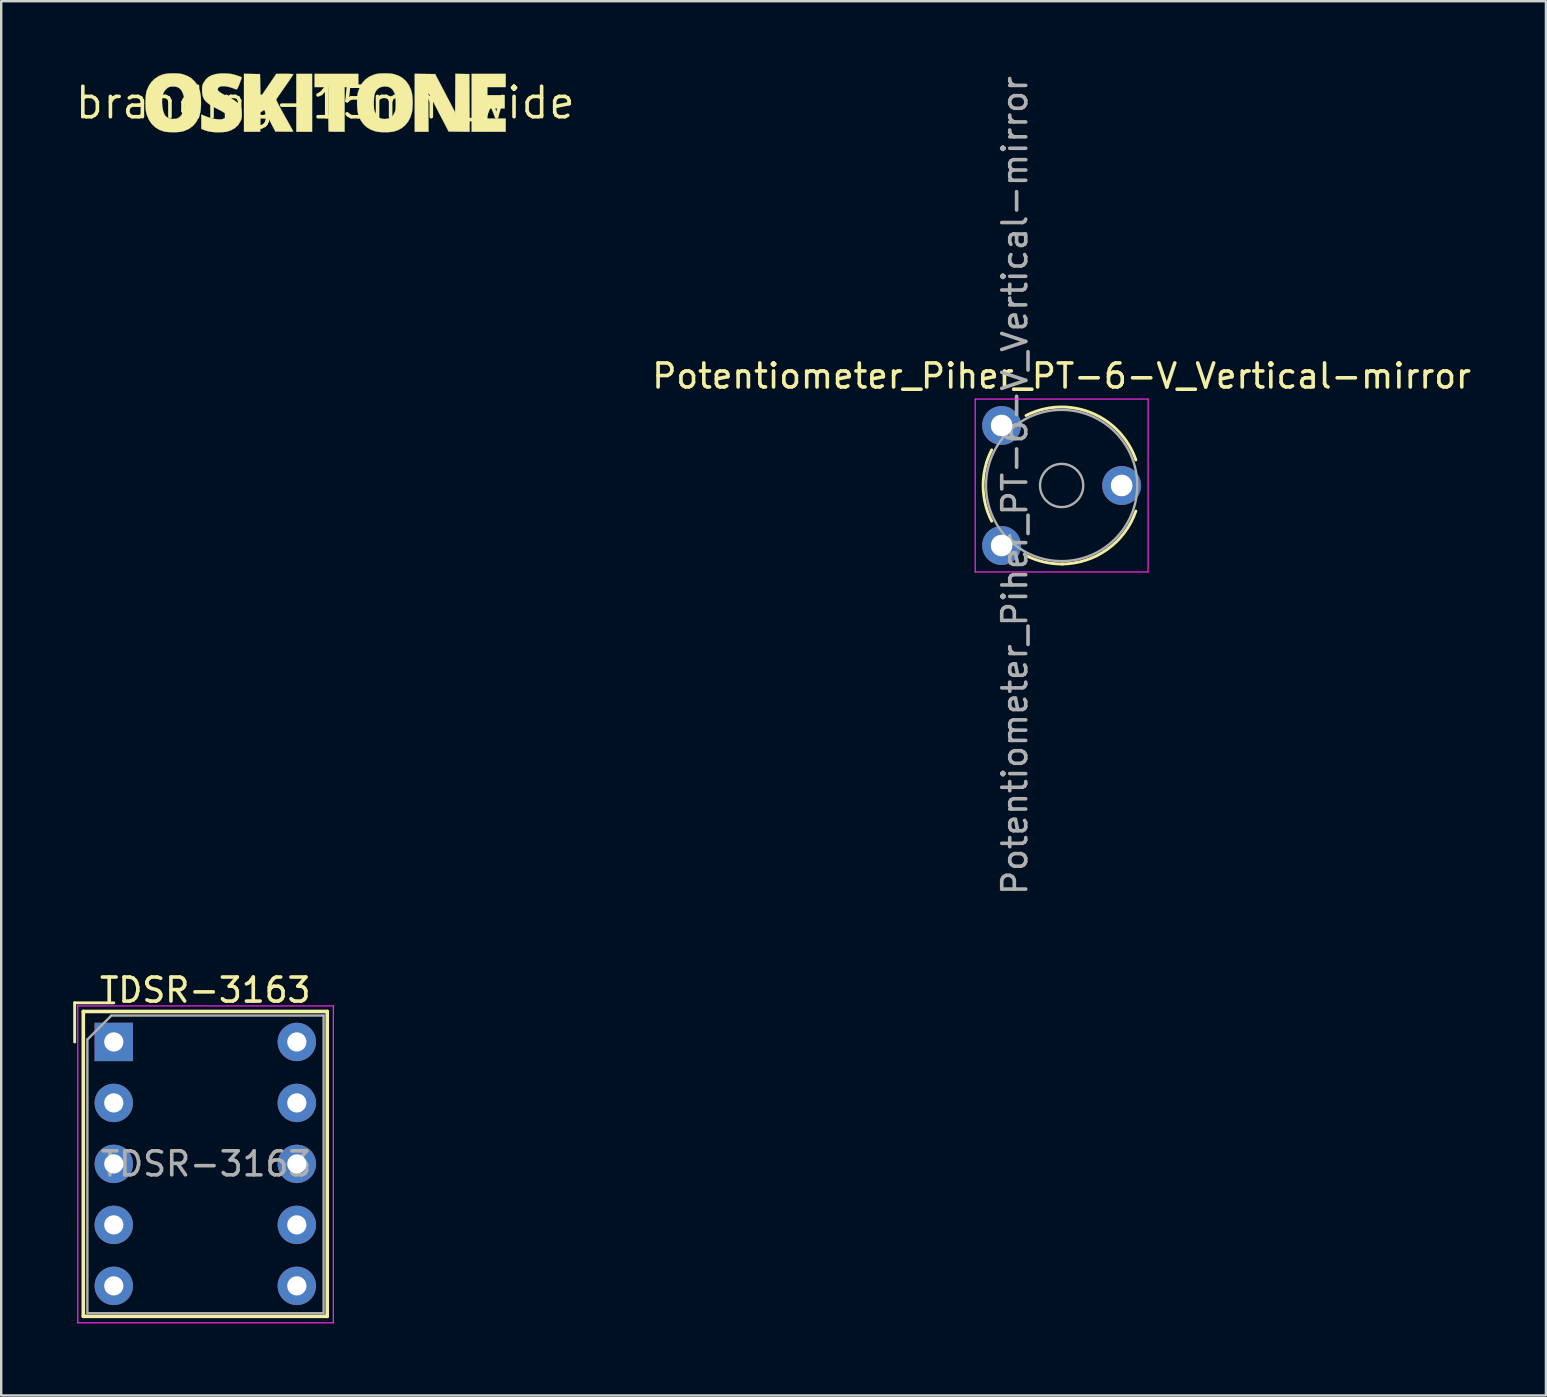
<source format=kicad_pcb>
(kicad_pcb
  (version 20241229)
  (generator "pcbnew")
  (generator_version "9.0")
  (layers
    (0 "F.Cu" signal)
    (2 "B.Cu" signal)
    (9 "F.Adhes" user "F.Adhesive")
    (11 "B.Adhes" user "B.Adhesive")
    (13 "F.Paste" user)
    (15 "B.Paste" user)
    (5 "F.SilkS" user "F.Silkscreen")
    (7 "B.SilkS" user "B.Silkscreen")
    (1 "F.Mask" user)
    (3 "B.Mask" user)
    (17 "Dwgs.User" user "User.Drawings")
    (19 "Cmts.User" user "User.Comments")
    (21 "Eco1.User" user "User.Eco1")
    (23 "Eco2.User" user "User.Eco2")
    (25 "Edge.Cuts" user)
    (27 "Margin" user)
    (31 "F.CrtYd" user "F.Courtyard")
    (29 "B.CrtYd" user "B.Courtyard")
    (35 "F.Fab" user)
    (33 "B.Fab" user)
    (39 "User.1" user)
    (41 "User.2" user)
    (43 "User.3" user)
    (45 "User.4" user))
  (footprint "branding-15mm_wide"
    (layer "F.Cu")
    (at 10.5 1.232)
    (property "Reference" "branding-15mm_wide" (at 0 0 0) (layer "F.SilkS") (effects (font (size 1.27 1.27) (thickness 0.15))))
    (attr through_hole)
    (fp_poly (pts (xy -0.55 1.206) (xy -1.206 1.206) (xy -1.206 -1.206) (xy -0.55 -1.206) (xy -0.55 1.206)) (stroke (width 0.01) (type solid)) (fill yes) (layer "F.SilkS"))
    (fp_poly (pts (xy 7.514 -0.656) (xy 6.752 -0.656) (xy 6.752 -0.318) (xy 7.472 -0.318) (xy 7.472 0.233) (xy 6.752 0.233) (xy 6.752 0.656) (xy 7.514 0.656) (xy 7.514 1.206) (xy 6.096 1.206) (xy 6.096 -1.206) (xy 7.514 -1.206) (xy 7.514 -0.656)) (stroke (width 0.01) (type solid)) (fill yes) (layer "F.SilkS"))
    (fp_poly (pts (xy 1.376 -0.656) (xy 0.804 -0.656) (xy 0.804 1.206) (xy 0.48 1.206) (xy 0.367 1.206) (xy 0.269 1.203) (xy 0.194 1.2) (xy 0.15 1.195) (xy 0.141 1.192) (xy 0.138 1.169) (xy 0.135 1.107) (xy 0.133 1.013) (xy 0.131 0.888) (xy 0.129 0.74) (xy 0.128 0.57) (xy 0.127 0.385) (xy 0.127 0.261) (xy 0.127 -0.656) (xy -0.445 -0.656) (xy -0.445 -1.206) (xy 1.376 -1.206) (xy 1.376 -0.656)) (stroke (width 0.01) (type solid)) (fill yes) (layer "F.SilkS"))
    (fp_poly (pts (xy 5.71 -1.202) (xy 6.001 -1.196) (xy 6.006 0.006) (xy 6.012 1.207) (xy 5.574 1.202) (xy 5.137 1.196) (xy 4.742 0.434) (xy 5.419 0.434) (xy 5.429 0.445) (xy 5.44 0.434) (xy 5.429 0.423) (xy 5.419 0.434) (xy 4.742 0.434) (xy 4.655 0.266) (xy 4.573 0.108) (xy 4.499 -0.035) (xy 4.434 -0.16) (xy 4.381 -0.262) (xy 4.343 -0.336) (xy 4.32 -0.379) (xy 4.317 -0.385) (xy 4.309 -0.396) (xy 4.303 -0.394) (xy 4.298 -0.376) (xy 4.294 -0.338) (xy 4.292 -0.277) (xy 4.291 -0.19) (xy 4.29 -0.072) (xy 4.291 0.079) (xy 4.292 0.267) (xy 4.293 0.382) (xy 4.3 1.206) (xy 3.725 1.206) (xy 3.725 -1.207) (xy 4.577 -1.196) (xy 4.993 -0.4) (xy 5.408 0.396) (xy 5.414 -0.406) (xy 5.419 -1.208) (xy 5.71 -1.202)) (stroke (width 0.01) (type solid)) (fill yes) (layer "F.SilkS"))
    (fp_poly (pts (xy -3.053 -1.202) (xy -2.72 -1.196) (xy -2.709 -0.715) (xy -2.699 -0.234) (xy -2.371 -0.719) (xy -2.043 -1.204) (xy -1.688 -1.205) (xy -1.538 -1.205) (xy -1.429 -1.201) (xy -1.36 -1.195) (xy -1.334 -1.186) (xy -1.333 -1.184) (xy -1.345 -1.162) (xy -1.378 -1.11) (xy -1.43 -1.032) (xy -1.497 -0.933) (xy -1.576 -0.819) (xy -1.665 -0.692) (xy -1.684 -0.665) (xy -1.774 -0.536) (xy -1.857 -0.418) (xy -1.928 -0.314) (xy -1.986 -0.23) (xy -2.025 -0.17) (xy -2.045 -0.139) (xy -2.046 -0.137) (xy -2.038 -0.111) (xy -2.012 -0.053) (xy -1.969 0.035) (xy -1.91 0.148) (xy -1.838 0.282) (xy -1.755 0.434) (xy -1.696 0.54) (xy -1.611 0.691) (xy -1.534 0.83) (xy -1.466 0.953) (xy -1.409 1.055) (xy -1.367 1.133) (xy -1.341 1.181) (xy -1.333 1.197) (xy -1.354 1.2) (xy -1.409 1.202) (xy -1.494 1.203) (xy -1.6 1.203) (xy -1.707 1.202) (xy -2.081 1.196) (xy -2.543 0.298) (xy -2.621 0.347) (xy -2.699 0.396) (xy -2.704 0.801) (xy -2.71 1.206) (xy -3.387 1.206) (xy -3.387 -1.208) (xy -3.053 -1.202)) (stroke (width 0.01) (type solid)) (fill yes) (layer "F.SilkS"))
    (fp_poly (pts (xy -6.176 -1.223) (xy -6.049 -1.212) (xy -5.958 -1.195) (xy -5.756 -1.124) (xy -5.584 -1.023) (xy -5.442 -0.893) (xy -5.329 -0.732) (xy -5.245 -0.54) (xy -5.214 -0.432) (xy -5.194 -0.318) (xy -5.182 -0.178) (xy -5.177 -0.024) (xy -5.18 0.132) (xy -5.19 0.275) (xy -5.207 0.394) (xy -5.214 0.423) (xy -5.287 0.635) (xy -5.386 0.815) (xy -5.513 0.962) (xy -5.668 1.078) (xy -5.851 1.163) (xy -5.958 1.195) (xy -6.053 1.212) (xy -6.176 1.222) (xy -6.315 1.226) (xy -6.457 1.223) (xy -6.588 1.214) (xy -6.694 1.199) (xy -6.715 1.195) (xy -6.907 1.128) (xy -7.076 1.026) (xy -7.219 0.893) (xy -7.335 0.729) (xy -7.421 0.536) (xy -7.462 0.39) (xy -7.478 0.289) (xy -7.487 0.162) (xy -7.49 0.019) (xy -7.49 0.009) (xy -6.801 0.009) (xy -6.788 0.163) (xy -6.762 0.309) (xy -6.722 0.436) (xy -6.669 0.535) (xy -6.651 0.558) (xy -6.572 0.618) (xy -6.467 0.658) (xy -6.347 0.675) (xy -6.226 0.667) (xy -6.182 0.657) (xy -6.081 0.606) (xy -5.997 0.52) (xy -5.932 0.401) (xy -5.888 0.254) (xy -5.886 0.244) (xy -5.865 0.067) (xy -5.867 -0.103) (xy -5.891 -0.262) (xy -5.934 -0.403) (xy -5.994 -0.519) (xy -6.072 -0.605) (xy -6.121 -0.637) (xy -6.224 -0.671) (xy -6.344 -0.682) (xy -6.464 -0.669) (xy -6.504 -0.658) (xy -6.584 -0.613) (xy -6.661 -0.539) (xy -6.724 -0.447) (xy -6.742 -0.409) (xy -6.778 -0.287) (xy -6.798 -0.144) (xy -6.801 0.009) (xy -7.49 0.009) (xy -7.487 -0.127) (xy -7.479 -0.267) (xy -7.465 -0.389) (xy -7.446 -0.481) (xy -7.443 -0.493) (xy -7.358 -0.693) (xy -7.244 -0.865) (xy -7.102 -1.005) (xy -6.935 -1.113) (xy -6.744 -1.186) (xy -6.705 -1.196) (xy -6.597 -1.213) (xy -6.464 -1.224) (xy -6.319 -1.227) (xy -6.176 -1.223)) (stroke (width 0.01) (type solid)) (fill yes) (layer "F.SilkS"))
    (fp_poly (pts (xy 2.619 -1.223) (xy 2.749 -1.213) (xy 2.852 -1.196) (xy 3.05 -1.129) (xy 3.222 -1.03) (xy 3.365 -0.9) (xy 3.48 -0.739) (xy 3.566 -0.548) (xy 3.609 -0.391) (xy 3.626 -0.271) (xy 3.636 -0.124) (xy 3.639 0.034) (xy 3.633 0.189) (xy 3.62 0.326) (xy 3.609 0.39) (xy 3.546 0.598) (xy 3.451 0.78) (xy 3.327 0.935) (xy 3.176 1.059) (xy 3 1.15) (xy 2.856 1.195) (xy 2.744 1.213) (xy 2.609 1.224) (xy 2.462 1.226) (xy 2.316 1.221) (xy 2.186 1.208) (xy 2.085 1.188) (xy 1.886 1.113) (xy 1.718 1.01) (xy 1.579 0.877) (xy 1.469 0.714) (xy 1.386 0.519) (xy 1.363 0.443) (xy 1.343 0.338) (xy 1.33 0.205) (xy 1.323 0.055) (xy 1.324 0) (xy 2.023 0) (xy 2.023 0.12) (xy 2.026 0.207) (xy 2.032 0.271) (xy 2.043 0.321) (xy 2.06 0.368) (xy 2.07 0.392) (xy 2.142 0.514) (xy 2.228 0.605) (xy 2.297 0.647) (xy 2.383 0.67) (xy 2.489 0.675) (xy 2.596 0.663) (xy 2.678 0.638) (xy 2.75 0.597) (xy 2.805 0.548) (xy 2.851 0.476) (xy 2.883 0.412) (xy 2.903 0.366) (xy 2.916 0.32) (xy 2.925 0.266) (xy 2.929 0.194) (xy 2.931 0.095) (xy 2.932 0) (xy 2.931 -0.124) (xy 2.928 -0.215) (xy 2.923 -0.281) (xy 2.913 -0.332) (xy 2.898 -0.377) (xy 2.883 -0.413) (xy 2.814 -0.532) (xy 2.733 -0.614) (xy 2.632 -0.662) (xy 2.506 -0.681) (xy 2.465 -0.682) (xy 2.344 -0.664) (xy 2.236 -0.618) (xy 2.153 -0.548) (xy 2.139 -0.531) (xy 2.094 -0.46) (xy 2.062 -0.386) (xy 2.041 -0.3) (xy 2.029 -0.194) (xy 2.024 -0.059) (xy 2.023 0) (xy 1.324 0) (xy 1.324 -0.1) (xy 1.332 -0.246) (xy 1.347 -0.371) (xy 1.362 -0.443) (xy 1.438 -0.651) (xy 1.54 -0.827) (xy 1.671 -0.971) (xy 1.829 -1.085) (xy 2.017 -1.168) (xy 2.109 -1.196) (xy 2.207 -1.213) (xy 2.334 -1.223) (xy 2.476 -1.227) (xy 2.619 -1.223)) (stroke (width 0.01) (type solid)) (fill yes) (layer "F.SilkS"))
    (fp_poly (pts (xy -4.031 -1.215) (xy -3.927 -1.203) (xy -3.833 -1.184) (xy -3.731 -1.155) (xy -3.7 -1.145) (xy -3.613 -1.115) (xy -3.542 -1.089) (xy -3.496 -1.069) (xy -3.483 -1.061) (xy -3.487 -1.036) (xy -3.504 -0.979) (xy -3.532 -0.9) (xy -3.568 -0.806) (xy -3.572 -0.796) (xy -3.616 -0.687) (xy -3.65 -0.615) (xy -3.676 -0.573) (xy -3.695 -0.558) (xy -3.703 -0.558) (xy -3.738 -0.57) (xy -3.8 -0.592) (xy -3.878 -0.619) (xy -3.891 -0.624) (xy -4.037 -0.668) (xy -4.17 -0.69) (xy -4.287 -0.693) (xy -4.381 -0.675) (xy -4.447 -0.638) (xy -4.477 -0.59) (xy -4.481 -0.55) (xy -4.465 -0.51) (xy -4.424 -0.467) (xy -4.356 -0.417) (xy -4.256 -0.358) (xy -4.121 -0.287) (xy -4.097 -0.275) (xy -3.937 -0.191) (xy -3.811 -0.117) (xy -3.714 -0.049) (xy -3.639 0.017) (xy -3.582 0.086) (xy -3.54 0.156) (xy -3.512 0.214) (xy -3.495 0.268) (xy -3.486 0.331) (xy -3.483 0.418) (xy -3.483 0.466) (xy -3.484 0.566) (xy -3.49 0.639) (xy -3.503 0.697) (xy -3.526 0.755) (xy -3.541 0.786) (xy -3.635 0.93) (xy -3.761 1.049) (xy -3.918 1.14) (xy -4.078 1.196) (xy -4.185 1.215) (xy -4.319 1.225) (xy -4.469 1.227) (xy -4.62 1.222) (xy -4.76 1.208) (xy -4.876 1.187) (xy -4.883 1.186) (xy -4.968 1.161) (xy -5.046 1.134) (xy -5.1 1.112) (xy -5.1 1.112) (xy -5.165 1.078) (xy -5.165 0.486) (xy -5.085 0.521) (xy -4.906 0.591) (xy -4.732 0.644) (xy -4.569 0.678) (xy -4.426 0.693) (xy -4.31 0.686) (xy -4.281 0.679) (xy -4.208 0.648) (xy -4.163 0.599) (xy -4.159 0.591) (xy -4.14 0.545) (xy -4.137 0.504) (xy -4.155 0.465) (xy -4.197 0.424) (xy -4.266 0.377) (xy -4.367 0.32) (xy -4.496 0.254) (xy -4.679 0.157) (xy -4.825 0.067) (xy -4.938 -0.021) (xy -5.021 -0.11) (xy -5.078 -0.206) (xy -5.113 -0.312) (xy -5.13 -0.434) (xy -5.133 -0.519) (xy -5.131 -0.618) (xy -5.124 -0.69) (xy -5.109 -0.75) (xy -5.082 -0.813) (xy -5.074 -0.829) (xy -4.988 -0.962) (xy -4.876 -1.068) (xy -4.735 -1.145) (xy -4.563 -1.196) (xy -4.361 -1.221) (xy -4.159 -1.222) (xy -4.031 -1.215)) (stroke (width 0.01) (type solid)) (fill yes) (layer "F.SilkS")))
  (footprint "TDSR-3163"
    (layer "F.Cu")
    (at 1.69 40.352)
    (property "Reference" "TDSR-3163" (at 3.81 -2.159 0) (layer "F.SilkS") (effects (font (size 1 1) (thickness 0.15))))
    (attr through_hole)
    (fp_line (start -1.63 -1.63) (end 0 -1.63) (stroke (width 0.12) (type solid)) (layer "F.SilkS"))
    (fp_line (start -1.63 0) (end -1.63 -1.63) (stroke (width 0.12) (type solid)) (layer "F.SilkS"))
    (fp_line (start -1.27 -1.27) (end -1.27 11.43) (stroke (width 0.15) (type solid)) (layer "F.SilkS"))
    (fp_line (start -1.27 11.43) (end 8.89 11.43) (stroke (width 0.15) (type solid)) (layer "F.SilkS"))
    (fp_line (start 8.89 -1.27) (end -1.27 -1.27) (stroke (width 0.15) (type solid)) (layer "F.SilkS"))
    (fp_line (start 8.89 11.43) (end 8.89 -1.27) (stroke (width 0.15) (type solid)) (layer "F.SilkS"))
    (fp_line (start -1.5 -1.5) (end 9.144 -1.5) (stroke (width 0.05) (type solid)) (layer "F.CrtYd"))
    (fp_line (start -1.5 11.7) (end -1.5 -1.5) (stroke (width 0.05) (type solid)) (layer "F.CrtYd"))
    (fp_line (start 9.144 -1.5) (end 9.144 11.7) (stroke (width 0.05) (type solid)) (layer "F.CrtYd"))
    (fp_line (start 9.144 11.7) (end -1.5 11.7) (stroke (width 0.05) (type solid)) (layer "F.CrtYd"))
    (fp_line (start -1.1 -0.1) (end -0.1 -1.1) (stroke (width 0.1) (type solid)) (layer "F.Fab"))
    (fp_line (start -1.1 11.3) (end -1.1 -0.1) (stroke (width 0.1) (type solid)) (layer "F.Fab"))
    (fp_line (start -0.1 -1.1) (end 8.74 -1.1) (stroke (width 0.1) (type solid)) (layer "F.Fab"))
    (fp_line (start 8.74 -1.1) (end 8.74 11.3) (stroke (width 0.1) (type solid)) (layer "F.Fab"))
    (fp_line (start 8.74 11.3) (end -1.1 11.3) (stroke (width 0.1) (type solid)) (layer "F.Fab"))
    (fp_text user "${REFERENCE}" (at 3.843 5.08 0) (layer "F.Fab") (effects (font (size 1 1) (thickness 0.15))))
    (pad "1" thru_hole rect (at 0 0) (size 1.6 1.6) (drill 0.8) (layers "*.Cu" "*.Mask"))
    (pad "2" thru_hole circle (at 0 2.54) (size 1.6 1.6) (drill 0.8) (layers "*.Cu" "*.Mask"))
    (pad "3" thru_hole circle (at 0 5.08) (size 1.6 1.6) (drill 0.8) (layers "*.Cu" "*.Mask"))
    (pad "4" thru_hole circle (at 0 7.62) (size 1.6 1.6) (drill 0.8) (layers "*.Cu" "*.Mask"))
    (pad "5" thru_hole circle (at 0 10.16) (size 1.6 1.6) (drill 0.8) (layers "*.Cu" "*.Mask"))
    (pad "6" thru_hole circle (at 7.624 10.16) (size 1.6 1.6) (drill 0.8) (layers "*.Cu" "*.Mask"))
    (pad "7" thru_hole circle (at 7.624 7.62) (size 1.6 1.6) (drill 0.8) (layers "*.Cu" "*.Mask"))
    (pad "8" thru_hole circle (at 7.624 5.08) (size 1.6 1.6) (drill 0.8) (layers "*.Cu" "*.Mask"))
    (pad "9" thru_hole circle (at 7.624 2.54) (size 1.6 1.6) (drill 0.8) (layers "*.Cu" "*.Mask"))
    (pad "10" thru_hole circle (at 7.624 0) (size 1.6 1.6) (drill 0.8) (layers "*.Cu" "*.Mask")))
  (footprint "Potentiometer_Piher_PT-6-V_Vertical-mirror"
    (layer "F.Cu")
    (at 38.672 19.673)
    (property "Reference" "Potentiometer_Piher_PT-6-V_Vertical-mirror" (at 2.5 -7.06 0) (layer "F.SilkS") (effects (font (size 1 1) (thickness 0.15))))
    (attr through_hole)
    (fp_arc (start -0.413387 -1.014798) (mid -0.770114 -2.499325) (end -0.414 -3.984) (stroke (width 0.12) (type solid)) (layer "F.SilkS"))
    (fp_arc (start 1.016032 -5.413829) (mid 3.725524 -5.531609) (end 5.592 -3.564) (stroke (width 0.12) (type solid)) (layer "F.SilkS"))
    (fp_arc (start 2.556863 0.770075) (mid 1.764071 0.686696) (end 1.015 0.414) (stroke (width 0.12) (type solid)) (layer "F.SilkS"))
    (fp_arc (start 5.591846 -1.435392) (mid 4.398899 0.162158) (end 2.5 0.77) (stroke (width 0.12) (type solid)) (layer "F.SilkS"))
    (fp_line (start -1.1 -6.1) (end -1.1 1.1) (stroke (width 0.05) (type solid)) (layer "F.CrtYd"))
    (fp_line (start -1.1 1.1) (end 6.1 1.1) (stroke (width 0.05) (type solid)) (layer "F.CrtYd"))
    (fp_line (start 6.1 -6.1) (end -1.1 -6.1) (stroke (width 0.05) (type solid)) (layer "F.CrtYd"))
    (fp_line (start 6.1 1.1) (end 6.1 -6.1) (stroke (width 0.05) (type solid)) (layer "F.CrtYd"))
    (fp_circle (center 2.5 -2.5) (end 3.4 -2.5) (stroke (width 0.1) (type solid)) (fill no) (layer "F.Fab"))
    (fp_circle (center 2.5 -2.5) (end 5.65 -2.5) (stroke (width 0.1) (type solid)) (fill no) (layer "F.Fab"))
    (fp_text user "${REFERENCE}" (at 0.55 -2.5 90) (layer "F.Fab") (effects (font (size 1 1) (thickness 0.15))))
    (pad "1" thru_hole circle (at 0 -5) (size 1.62 1.62) (drill 0.9) (layers "*.Cu" "*.Mask"))
    (pad "2" thru_hole circle (at 5 -2.5) (size 1.62 1.62) (drill 0.9) (layers "*.Cu" "*.Mask"))
    (pad "3" thru_hole circle (at 0 0) (size 1.62 1.62) (drill 0.9) (layers "*.Cu" "*.Mask")))
  (gr_rect
    (start -3 -3)
    (end 61.345 55.077)
    (stroke (width 0.1) (type default))
    (fill no)
    (layer "Edge.Cuts")))
</source>
